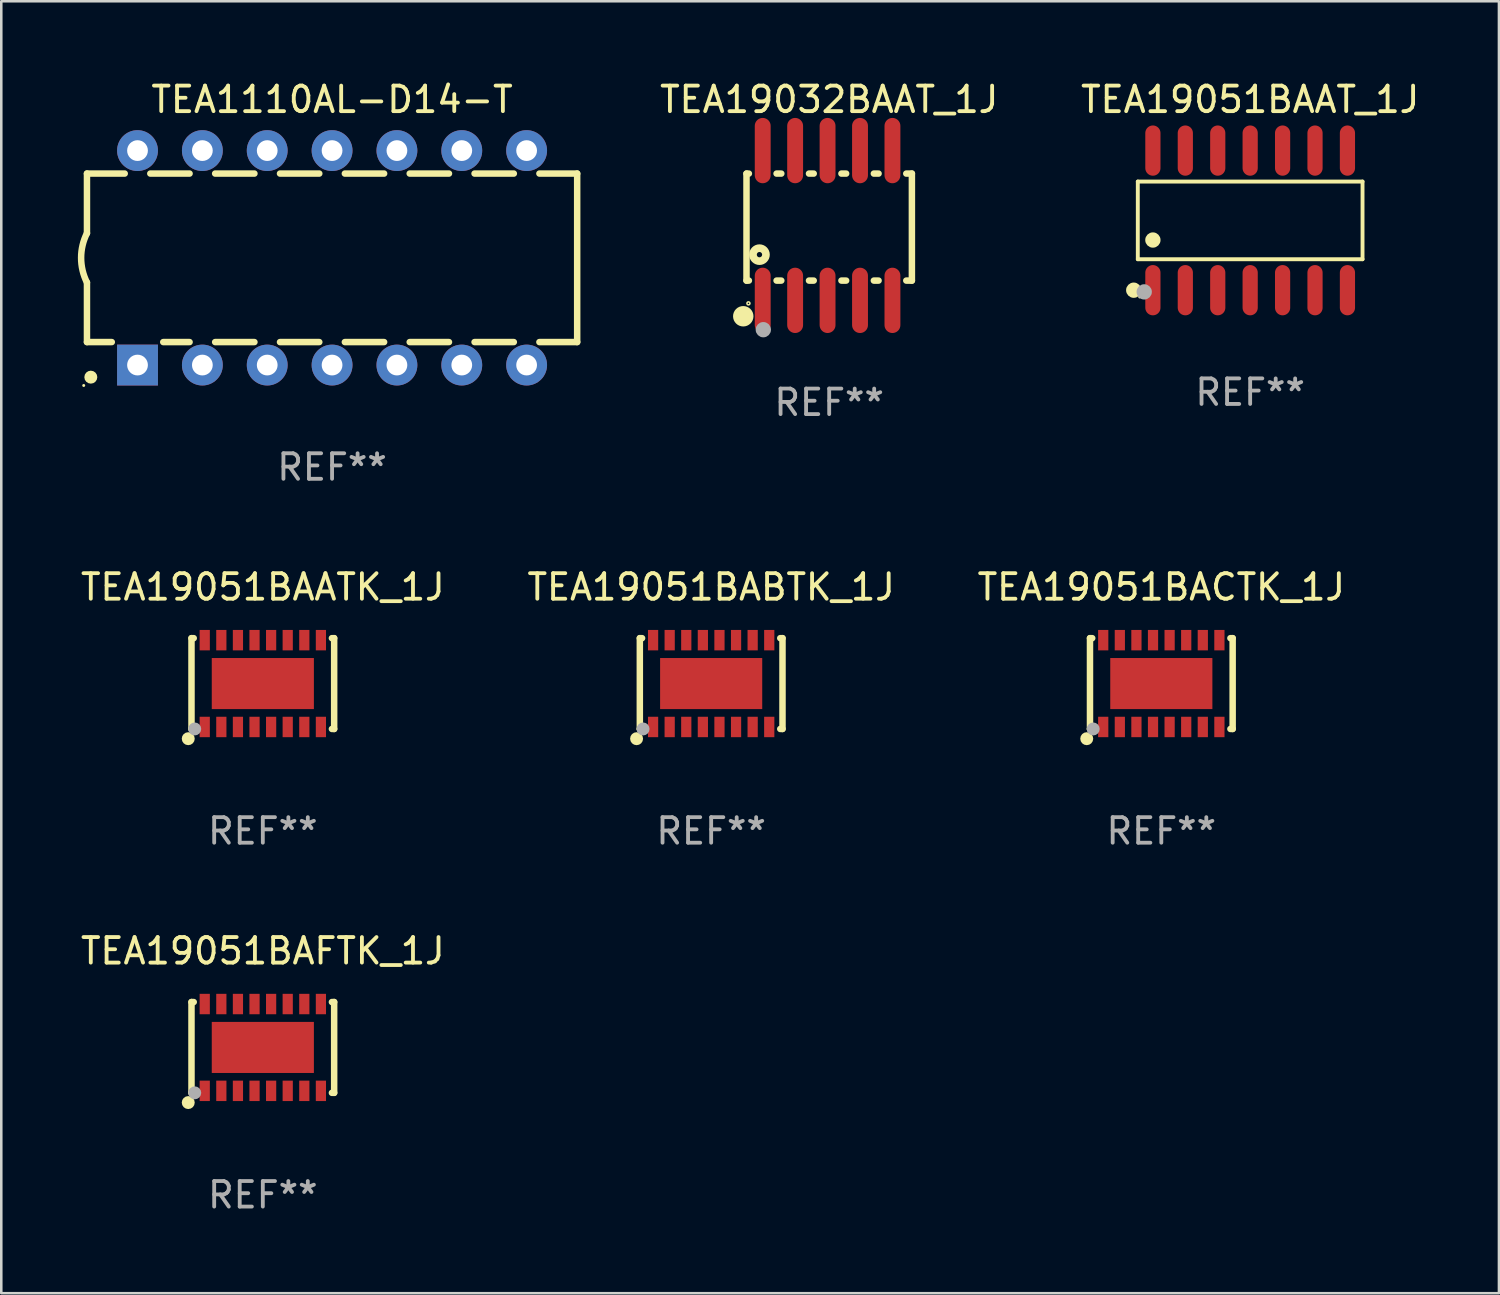
<source format=kicad_pcb>
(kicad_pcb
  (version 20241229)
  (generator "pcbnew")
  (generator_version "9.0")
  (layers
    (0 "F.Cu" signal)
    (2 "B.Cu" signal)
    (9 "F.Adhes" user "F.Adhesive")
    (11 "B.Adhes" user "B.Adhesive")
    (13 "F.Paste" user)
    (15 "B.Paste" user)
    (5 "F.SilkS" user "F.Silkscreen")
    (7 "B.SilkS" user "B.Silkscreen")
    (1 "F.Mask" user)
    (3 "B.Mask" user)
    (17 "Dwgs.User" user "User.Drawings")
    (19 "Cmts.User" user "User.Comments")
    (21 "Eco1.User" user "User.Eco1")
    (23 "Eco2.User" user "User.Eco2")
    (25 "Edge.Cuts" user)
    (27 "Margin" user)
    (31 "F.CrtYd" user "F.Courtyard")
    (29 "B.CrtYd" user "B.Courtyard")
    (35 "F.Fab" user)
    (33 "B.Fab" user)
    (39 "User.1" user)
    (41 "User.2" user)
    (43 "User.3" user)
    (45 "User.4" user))
  (footprint "TEA19051BAATK_1J"
    (layer "F.Cu")
    (at 7.244 23.723)
    (property "Reference" "TEA19051BAATK_1J" (at 0 -3.778 0) (layer "F.SilkS") (effects (font (size 1 1) (thickness 0.15))))
    (attr through_hole)
    (fp_line (start -2.794 -1.778) (end -2.794 1.778) (stroke (width 0.254) (type solid)) (layer "F.SilkS"))
    (fp_line (start -2.794 1.778) (end -2.706 1.778) (stroke (width 0.254) (type solid)) (layer "F.SilkS"))
    (fp_line (start -2.706 -1.778) (end -2.794 -1.778) (stroke (width 0.254) (type solid)) (layer "F.SilkS"))
    (fp_line (start 2.706 1.778) (end 2.794 1.778) (stroke (width 0.254) (type solid)) (layer "F.SilkS"))
    (fp_line (start 2.794 -1.778) (end 2.706 -1.778) (stroke (width 0.254) (type solid)) (layer "F.SilkS"))
    (fp_line (start 2.794 1.778) (end 2.794 -1.778) (stroke (width 0.254) (type solid)) (layer "F.SilkS"))
    (fp_circle (center -2.921 2.159) (end -2.794 2.159) (stroke (width 0.254) (type solid)) (fill no) (layer "F.SilkS"))
    (fp_circle (center -2.75 1.75) (end -2.72 1.75) (stroke (width 0.06) (type solid)) (fill no) (layer "F.SilkS"))
    (fp_circle (center -2.667 1.778) (end -2.54 1.778) (stroke (width 0.254) (type solid)) (fill no) (layer "F.Fab"))
    (fp_text user "REF**" (at 0 5.778 0) (layer "F.Fab") (effects (font (size 1 1) (thickness 0.15))))
    (pad "1" smd rect (at -2.275 1.7) (size 0.4 0.8) (layers "F.Cu" "F.Mask" "F.Paste"))
    (pad "2" smd rect (at -1.625 1.7) (size 0.4 0.8) (layers "F.Cu" "F.Mask" "F.Paste"))
    (pad "3" smd rect (at -0.975 1.7) (size 0.4 0.8) (layers "F.Cu" "F.Mask" "F.Paste"))
    (pad "4" smd rect (at -0.325 1.7) (size 0.4 0.8) (layers "F.Cu" "F.Mask" "F.Paste"))
    (pad "5" smd rect (at 0.325 1.7) (size 0.4 0.8) (layers "F.Cu" "F.Mask" "F.Paste"))
    (pad "6" smd rect (at 0.975 1.7) (size 0.4 0.8) (layers "F.Cu" "F.Mask" "F.Paste"))
    (pad "7" smd rect (at 1.625 1.7) (size 0.4 0.8) (layers "F.Cu" "F.Mask" "F.Paste"))
    (pad "8" smd rect (at 2.275 1.7) (size 0.4 0.8) (layers "F.Cu" "F.Mask" "F.Paste"))
    (pad "9" smd rect (at 2.275 -1.7) (size 0.4 0.8) (layers "F.Cu" "F.Mask" "F.Paste"))
    (pad "10" smd rect (at 1.625 -1.7) (size 0.4 0.8) (layers "F.Cu" "F.Mask" "F.Paste"))
    (pad "11" smd rect (at 0.975 -1.7) (size 0.4 0.8) (layers "F.Cu" "F.Mask" "F.Paste"))
    (pad "12" smd rect (at 0.325 -1.7) (size 0.4 0.8) (layers "F.Cu" "F.Mask" "F.Paste"))
    (pad "13" smd rect (at -0.325 -1.7) (size 0.4 0.8) (layers "F.Cu" "F.Mask" "F.Paste"))
    (pad "14" smd rect (at -0.975 -1.7) (size 0.4 0.8) (layers "F.Cu" "F.Mask" "F.Paste"))
    (pad "15" smd rect (at -1.625 -1.7) (size 0.4 0.8) (layers "F.Cu" "F.Mask" "F.Paste"))
    (pad "16" smd rect (at -2.275 -1.7) (size 0.4 0.8) (layers "F.Cu" "F.Mask" "F.Paste"))
    (pad "17" smd rect (at 0.000076 -0.000025) (size 4 2) (layers "F.Cu" "F.Mask" "F.Paste")))
  (footprint "TEA19051BABTK_1J"
    (layer "F.Cu")
    (at 24.804 23.723)
    (property "Reference" "TEA19051BABTK_1J" (at 0 -3.778 0) (layer "F.SilkS") (effects (font (size 1 1) (thickness 0.15))))
    (attr through_hole)
    (fp_line (start -2.794 -1.778) (end -2.794 1.778) (stroke (width 0.254) (type solid)) (layer "F.SilkS"))
    (fp_line (start -2.794 1.778) (end -2.706 1.778) (stroke (width 0.254) (type solid)) (layer "F.SilkS"))
    (fp_line (start -2.706 -1.778) (end -2.794 -1.778) (stroke (width 0.254) (type solid)) (layer "F.SilkS"))
    (fp_line (start 2.706 1.778) (end 2.794 1.778) (stroke (width 0.254) (type solid)) (layer "F.SilkS"))
    (fp_line (start 2.794 -1.778) (end 2.706 -1.778) (stroke (width 0.254) (type solid)) (layer "F.SilkS"))
    (fp_line (start 2.794 1.778) (end 2.794 -1.778) (stroke (width 0.254) (type solid)) (layer "F.SilkS"))
    (fp_circle (center -2.921 2.159) (end -2.794 2.159) (stroke (width 0.254) (type solid)) (fill no) (layer "F.SilkS"))
    (fp_circle (center -2.75 1.75) (end -2.72 1.75) (stroke (width 0.06) (type solid)) (fill no) (layer "F.SilkS"))
    (fp_circle (center -2.667 1.778) (end -2.54 1.778) (stroke (width 0.254) (type solid)) (fill no) (layer "F.Fab"))
    (fp_text user "REF**" (at 0 5.778 0) (layer "F.Fab") (effects (font (size 1 1) (thickness 0.15))))
    (pad "1" smd rect (at -2.275 1.7) (size 0.4 0.8) (layers "F.Cu" "F.Mask" "F.Paste"))
    (pad "2" smd rect (at -1.625 1.7) (size 0.4 0.8) (layers "F.Cu" "F.Mask" "F.Paste"))
    (pad "3" smd rect (at -0.975 1.7) (size 0.4 0.8) (layers "F.Cu" "F.Mask" "F.Paste"))
    (pad "4" smd rect (at -0.325 1.7) (size 0.4 0.8) (layers "F.Cu" "F.Mask" "F.Paste"))
    (pad "5" smd rect (at 0.325 1.7) (size 0.4 0.8) (layers "F.Cu" "F.Mask" "F.Paste"))
    (pad "6" smd rect (at 0.975 1.7) (size 0.4 0.8) (layers "F.Cu" "F.Mask" "F.Paste"))
    (pad "7" smd rect (at 1.625 1.7) (size 0.4 0.8) (layers "F.Cu" "F.Mask" "F.Paste"))
    (pad "8" smd rect (at 2.275 1.7) (size 0.4 0.8) (layers "F.Cu" "F.Mask" "F.Paste"))
    (pad "9" smd rect (at 2.275 -1.7) (size 0.4 0.8) (layers "F.Cu" "F.Mask" "F.Paste"))
    (pad "10" smd rect (at 1.625 -1.7) (size 0.4 0.8) (layers "F.Cu" "F.Mask" "F.Paste"))
    (pad "11" smd rect (at 0.975 -1.7) (size 0.4 0.8) (layers "F.Cu" "F.Mask" "F.Paste"))
    (pad "12" smd rect (at 0.325 -1.7) (size 0.4 0.8) (layers "F.Cu" "F.Mask" "F.Paste"))
    (pad "13" smd rect (at -0.325 -1.7) (size 0.4 0.8) (layers "F.Cu" "F.Mask" "F.Paste"))
    (pad "14" smd rect (at -0.975 -1.7) (size 0.4 0.8) (layers "F.Cu" "F.Mask" "F.Paste"))
    (pad "15" smd rect (at -1.625 -1.7) (size 0.4 0.8) (layers "F.Cu" "F.Mask" "F.Paste"))
    (pad "16" smd rect (at -2.275 -1.7) (size 0.4 0.8) (layers "F.Cu" "F.Mask" "F.Paste"))
    (pad "17" smd rect (at 0.000076 -0.000025) (size 4 2) (layers "F.Cu" "F.Mask" "F.Paste")))
  (footprint "TEA19051BAFTK_1J"
    (layer "F.Cu")
    (at 7.244 37.975)
    (property "Reference" "TEA19051BAFTK_1J" (at 0 -3.778 0) (layer "F.SilkS") (effects (font (size 1 1) (thickness 0.15))))
    (attr through_hole)
    (fp_line (start -2.794 -1.778) (end -2.794 1.778) (stroke (width 0.254) (type solid)) (layer "F.SilkS"))
    (fp_line (start -2.794 1.778) (end -2.706 1.778) (stroke (width 0.254) (type solid)) (layer "F.SilkS"))
    (fp_line (start -2.706 -1.778) (end -2.794 -1.778) (stroke (width 0.254) (type solid)) (layer "F.SilkS"))
    (fp_line (start 2.706 1.778) (end 2.794 1.778) (stroke (width 0.254) (type solid)) (layer "F.SilkS"))
    (fp_line (start 2.794 -1.778) (end 2.706 -1.778) (stroke (width 0.254) (type solid)) (layer "F.SilkS"))
    (fp_line (start 2.794 1.778) (end 2.794 -1.778) (stroke (width 0.254) (type solid)) (layer "F.SilkS"))
    (fp_circle (center -2.921 2.159) (end -2.794 2.159) (stroke (width 0.254) (type solid)) (fill no) (layer "F.SilkS"))
    (fp_circle (center -2.75 1.75) (end -2.72 1.75) (stroke (width 0.06) (type solid)) (fill no) (layer "F.SilkS"))
    (fp_circle (center -2.667 1.778) (end -2.54 1.778) (stroke (width 0.254) (type solid)) (fill no) (layer "F.Fab"))
    (fp_text user "REF**" (at 0 5.778 0) (layer "F.Fab") (effects (font (size 1 1) (thickness 0.15))))
    (pad "1" smd rect (at -2.275 1.7) (size 0.4 0.8) (layers "F.Cu" "F.Mask" "F.Paste"))
    (pad "2" smd rect (at -1.625 1.7) (size 0.4 0.8) (layers "F.Cu" "F.Mask" "F.Paste"))
    (pad "3" smd rect (at -0.975 1.7) (size 0.4 0.8) (layers "F.Cu" "F.Mask" "F.Paste"))
    (pad "4" smd rect (at -0.325 1.7) (size 0.4 0.8) (layers "F.Cu" "F.Mask" "F.Paste"))
    (pad "5" smd rect (at 0.325 1.7) (size 0.4 0.8) (layers "F.Cu" "F.Mask" "F.Paste"))
    (pad "6" smd rect (at 0.975 1.7) (size 0.4 0.8) (layers "F.Cu" "F.Mask" "F.Paste"))
    (pad "7" smd rect (at 1.625 1.7) (size 0.4 0.8) (layers "F.Cu" "F.Mask" "F.Paste"))
    (pad "8" smd rect (at 2.275 1.7) (size 0.4 0.8) (layers "F.Cu" "F.Mask" "F.Paste"))
    (pad "9" smd rect (at 2.275 -1.7) (size 0.4 0.8) (layers "F.Cu" "F.Mask" "F.Paste"))
    (pad "10" smd rect (at 1.625 -1.7) (size 0.4 0.8) (layers "F.Cu" "F.Mask" "F.Paste"))
    (pad "11" smd rect (at 0.975 -1.7) (size 0.4 0.8) (layers "F.Cu" "F.Mask" "F.Paste"))
    (pad "12" smd rect (at 0.325 -1.7) (size 0.4 0.8) (layers "F.Cu" "F.Mask" "F.Paste"))
    (pad "13" smd rect (at -0.325 -1.7) (size 0.4 0.8) (layers "F.Cu" "F.Mask" "F.Paste"))
    (pad "14" smd rect (at -0.975 -1.7) (size 0.4 0.8) (layers "F.Cu" "F.Mask" "F.Paste"))
    (pad "15" smd rect (at -1.625 -1.7) (size 0.4 0.8) (layers "F.Cu" "F.Mask" "F.Paste"))
    (pad "16" smd rect (at -2.275 -1.7) (size 0.4 0.8) (layers "F.Cu" "F.Mask" "F.Paste"))
    (pad "17" smd rect (at 0.000076 -0.000025) (size 4 2) (layers "F.Cu" "F.Mask" "F.Paste")))
  (footprint "TEA1110AL-D14-T"
    (layer "F.Cu")
    (at 9.956 7.048)
    (property "Reference" "TEA1110AL-D14-T" (at 0 -6.2 0) (layer "F.SilkS") (effects (font (size 1 1) (thickness 0.15))))
    (attr through_hole)
    (fp_line (start -9.6 -3.3) (end -9.6 -0.965) (stroke (width 0.254) (type solid)) (layer "F.SilkS"))
    (fp_line (start -9.6 -3.3) (end -8.121 -3.3) (stroke (width 0.254) (type solid)) (layer "F.SilkS"))
    (fp_line (start -9.6 3.3) (end -9.6 0.965) (stroke (width 0.254) (type solid)) (layer "F.SilkS"))
    (fp_line (start -9.6 3.3) (end -8.628 3.3) (stroke (width 0.254) (type solid)) (layer "F.SilkS"))
    (fp_line (start -7.119 -3.3) (end -5.581 -3.3) (stroke (width 0.254) (type solid)) (layer "F.SilkS"))
    (fp_line (start -6.612 3.3) (end -5.581 3.3) (stroke (width 0.254) (type solid)) (layer "F.SilkS"))
    (fp_line (start -4.579 -3.3) (end -3.041 -3.3) (stroke (width 0.254) (type solid)) (layer "F.SilkS"))
    (fp_line (start -4.579 3.3) (end -3.041 3.3) (stroke (width 0.254) (type solid)) (layer "F.SilkS"))
    (fp_line (start -2.039 -3.3) (end -0.501 -3.3) (stroke (width 0.254) (type solid)) (layer "F.SilkS"))
    (fp_line (start -2.039 3.3) (end -0.501 3.3) (stroke (width 0.254) (type solid)) (layer "F.SilkS"))
    (fp_line (start 0.501 -3.3) (end 2.039 -3.3) (stroke (width 0.254) (type solid)) (layer "F.SilkS"))
    (fp_line (start 0.501 3.3) (end 2.039 3.3) (stroke (width 0.254) (type solid)) (layer "F.SilkS"))
    (fp_line (start 3.041 -3.3) (end 4.579 -3.3) (stroke (width 0.254) (type solid)) (layer "F.SilkS"))
    (fp_line (start 3.041 3.3) (end 4.579 3.3) (stroke (width 0.254) (type solid)) (layer "F.SilkS"))
    (fp_line (start 5.581 -3.3) (end 7.119 -3.3) (stroke (width 0.254) (type solid)) (layer "F.SilkS"))
    (fp_line (start 5.581 3.3) (end 7.119 3.3) (stroke (width 0.254) (type solid)) (layer "F.SilkS"))
    (fp_line (start 8.121 -3.3) (end 9.6 -3.3) (stroke (width 0.254) (type solid)) (layer "F.SilkS"))
    (fp_line (start 8.121 3.3) (end 9.6 3.3) (stroke (width 0.254) (type solid)) (layer "F.SilkS"))
    (fp_line (start 9.6 -3.3) (end 9.6 3.3) (stroke (width 0.254) (type solid)) (layer "F.SilkS"))
    (fp_arc (start -9.601219 0.965202) (mid -9.828641 -0.00004) (end -9.600025 -0.964999) (stroke (width 0.254001) (type solid)) (layer "F.SilkS"))
    (fp_circle (center -9.727 5) (end -9.697 5) (stroke (width 0.06) (type solid)) (fill no) (layer "F.SilkS"))
    (fp_circle (center -9.449 4.674) (end -9.322 4.674) (stroke (width 0.254) (type solid)) (fill no) (layer "F.SilkS"))
    (fp_text user "REF**" (at 0 8.2 0) (layer "F.Fab") (effects (font (size 1 1) (thickness 0.15))))
    (pad "1" thru_hole rect (at -7.62 4.2) (size 1.6 1.6) (drill 0.813) (layers "*.Cu" "*.Mask"))
    (pad "2" thru_hole circle (at -5.08 4.2) (size 1.6 1.6) (drill 0.813) (layers "*.Cu" "*.Mask"))
    (pad "3" thru_hole circle (at -2.54 4.2) (size 1.6 1.6) (drill 0.813) (layers "*.Cu" "*.Mask"))
    (pad "4" thru_hole circle (at 0 4.2) (size 1.6 1.6) (drill 0.813) (layers "*.Cu" "*.Mask"))
    (pad "5" thru_hole circle (at 2.54 4.2) (size 1.6 1.6) (drill 0.813) (layers "*.Cu" "*.Mask"))
    (pad "6" thru_hole circle (at 5.08 4.2) (size 1.6 1.6) (drill 0.813) (layers "*.Cu" "*.Mask"))
    (pad "7" thru_hole circle (at 7.62 4.2) (size 1.6 1.6) (drill 0.813) (layers "*.Cu" "*.Mask"))
    (pad "8" thru_hole circle (at 7.62 -4.2) (size 1.6 1.6) (drill 0.813) (layers "*.Cu" "*.Mask"))
    (pad "9" thru_hole circle (at 5.08 -4.2) (size 1.6 1.6) (drill 0.813) (layers "*.Cu" "*.Mask"))
    (pad "10" thru_hole circle (at 2.54 -4.2) (size 1.6 1.6) (drill 0.813) (layers "*.Cu" "*.Mask"))
    (pad "11" thru_hole circle (at 0 -4.2) (size 1.6 1.6) (drill 0.813) (layers "*.Cu" "*.Mask"))
    (pad "12" thru_hole circle (at -2.54 -4.2) (size 1.6 1.6) (drill 0.813) (layers "*.Cu" "*.Mask"))
    (pad "13" thru_hole circle (at -5.08 -4.2) (size 1.6 1.6) (drill 0.813) (layers "*.Cu" "*.Mask"))
    (pad "14" thru_hole circle (at -7.62 -4.2) (size 1.6 1.6) (drill 0.813) (layers "*.Cu" "*.Mask")))
  (footprint "TEA19051BAAT_1J"
    (layer "F.Cu")
    (at 45.915 5.582)
    (property "Reference" "TEA19051BAAT_1J" (at 0 -4.734 0) (layer "F.SilkS") (effects (font (size 1 1) (thickness 0.15))))
    (attr through_hole)
    (fp_line (start -4.401 -1.521) (end 4.401 -1.521) (stroke (width 0.152) (type solid)) (layer "F.SilkS"))
    (fp_line (start -4.401 1.521) (end -4.401 -1.521) (stroke (width 0.152) (type solid)) (layer "F.SilkS"))
    (fp_line (start 4.401 -1.521) (end 4.401 1.521) (stroke (width 0.152) (type solid)) (layer "F.SilkS"))
    (fp_line (start 4.401 1.521) (end -4.401 1.521) (stroke (width 0.152) (type solid)) (layer "F.SilkS"))
    (fp_circle (center -4.56 2.734) (end -4.41 2.734) (stroke (width 0.3) (type solid)) (fill no) (layer "F.SilkS"))
    (fp_circle (center -4.325 3) (end -4.295 3) (stroke (width 0.06) (type solid)) (fill no) (layer "F.SilkS"))
    (fp_circle (center -3.81 0.769) (end -3.66 0.769) (stroke (width 0.3) (type solid)) (fill no) (layer "F.SilkS"))
    (fp_circle (center -4.15 2.8) (end -4 2.8) (stroke (width 0.3) (type solid)) (fill no) (layer "F.Fab"))
    (fp_text user "REF**" (at 0 6.734 0) (layer "F.Fab") (effects (font (size 1 1) (thickness 0.15))))
    (pad "1" smd oval (at -3.81 2.734) (size 0.595 1.968) (layers "F.Cu" "F.Mask" "F.Paste"))
    (pad "2" smd oval (at -2.54 2.734) (size 0.595 1.968) (layers "F.Cu" "F.Mask" "F.Paste"))
    (pad "3" smd oval (at -1.27 2.734) (size 0.595 1.968) (layers "F.Cu" "F.Mask" "F.Paste"))
    (pad "4" smd oval (at 0 2.734) (size 0.595 1.968) (layers "F.Cu" "F.Mask" "F.Paste"))
    (pad "5" smd oval (at 1.27 2.734) (size 0.595 1.968) (layers "F.Cu" "F.Mask" "F.Paste"))
    (pad "6" smd oval (at 2.54 2.734) (size 0.595 1.968) (layers "F.Cu" "F.Mask" "F.Paste"))
    (pad "7" smd oval (at 3.81 2.734) (size 0.595 1.968) (layers "F.Cu" "F.Mask" "F.Paste"))
    (pad "8" smd oval (at 3.81 -2.734) (size 0.595 1.968) (layers "F.Cu" "F.Mask" "F.Paste"))
    (pad "9" smd oval (at 2.54 -2.734) (size 0.595 1.968) (layers "F.Cu" "F.Mask" "F.Paste"))
    (pad "10" smd oval (at 1.27 -2.734) (size 0.595 1.968) (layers "F.Cu" "F.Mask" "F.Paste"))
    (pad "11" smd oval (at 0 -2.734) (size 0.595 1.968) (layers "F.Cu" "F.Mask" "F.Paste"))
    (pad "12" smd oval (at -1.27 -2.734) (size 0.595 1.968) (layers "F.Cu" "F.Mask" "F.Paste"))
    (pad "13" smd oval (at -2.54 -2.734) (size 0.595 1.968) (layers "F.Cu" "F.Mask" "F.Paste"))
    (pad "14" smd oval (at -3.81 -2.734) (size 0.595 1.968) (layers "F.Cu" "F.Mask" "F.Paste")))
  (footprint "TEA19051BACTK_1J"
    (layer "F.Cu")
    (at 42.435 23.723)
    (property "Reference" "TEA19051BACTK_1J" (at 0 -3.778 0) (layer "F.SilkS") (effects (font (size 1 1) (thickness 0.15))))
    (attr through_hole)
    (fp_line (start -2.794 -1.778) (end -2.794 1.778) (stroke (width 0.254) (type solid)) (layer "F.SilkS"))
    (fp_line (start -2.794 1.778) (end -2.706 1.778) (stroke (width 0.254) (type solid)) (layer "F.SilkS"))
    (fp_line (start -2.706 -1.778) (end -2.794 -1.778) (stroke (width 0.254) (type solid)) (layer "F.SilkS"))
    (fp_line (start 2.706 1.778) (end 2.794 1.778) (stroke (width 0.254) (type solid)) (layer "F.SilkS"))
    (fp_line (start 2.794 -1.778) (end 2.706 -1.778) (stroke (width 0.254) (type solid)) (layer "F.SilkS"))
    (fp_line (start 2.794 1.778) (end 2.794 -1.778) (stroke (width 0.254) (type solid)) (layer "F.SilkS"))
    (fp_circle (center -2.921 2.159) (end -2.794 2.159) (stroke (width 0.254) (type solid)) (fill no) (layer "F.SilkS"))
    (fp_circle (center -2.75 1.75) (end -2.72 1.75) (stroke (width 0.06) (type solid)) (fill no) (layer "F.SilkS"))
    (fp_circle (center -2.667 1.778) (end -2.54 1.778) (stroke (width 0.254) (type solid)) (fill no) (layer "F.Fab"))
    (fp_text user "REF**" (at 0 5.778 0) (layer "F.Fab") (effects (font (size 1 1) (thickness 0.15))))
    (pad "1" smd rect (at -2.275 1.7) (size 0.4 0.8) (layers "F.Cu" "F.Mask" "F.Paste"))
    (pad "2" smd rect (at -1.625 1.7) (size 0.4 0.8) (layers "F.Cu" "F.Mask" "F.Paste"))
    (pad "3" smd rect (at -0.975 1.7) (size 0.4 0.8) (layers "F.Cu" "F.Mask" "F.Paste"))
    (pad "4" smd rect (at -0.325 1.7) (size 0.4 0.8) (layers "F.Cu" "F.Mask" "F.Paste"))
    (pad "5" smd rect (at 0.325 1.7) (size 0.4 0.8) (layers "F.Cu" "F.Mask" "F.Paste"))
    (pad "6" smd rect (at 0.975 1.7) (size 0.4 0.8) (layers "F.Cu" "F.Mask" "F.Paste"))
    (pad "7" smd rect (at 1.625 1.7) (size 0.4 0.8) (layers "F.Cu" "F.Mask" "F.Paste"))
    (pad "8" smd rect (at 2.275 1.7) (size 0.4 0.8) (layers "F.Cu" "F.Mask" "F.Paste"))
    (pad "9" smd rect (at 2.275 -1.7) (size 0.4 0.8) (layers "F.Cu" "F.Mask" "F.Paste"))
    (pad "10" smd rect (at 1.625 -1.7) (size 0.4 0.8) (layers "F.Cu" "F.Mask" "F.Paste"))
    (pad "11" smd rect (at 0.975 -1.7) (size 0.4 0.8) (layers "F.Cu" "F.Mask" "F.Paste"))
    (pad "12" smd rect (at 0.325 -1.7) (size 0.4 0.8) (layers "F.Cu" "F.Mask" "F.Paste"))
    (pad "13" smd rect (at -0.325 -1.7) (size 0.4 0.8) (layers "F.Cu" "F.Mask" "F.Paste"))
    (pad "14" smd rect (at -0.975 -1.7) (size 0.4 0.8) (layers "F.Cu" "F.Mask" "F.Paste"))
    (pad "15" smd rect (at -1.625 -1.7) (size 0.4 0.8) (layers "F.Cu" "F.Mask" "F.Paste"))
    (pad "16" smd rect (at -2.275 -1.7) (size 0.4 0.8) (layers "F.Cu" "F.Mask" "F.Paste"))
    (pad "17" smd rect (at 0.000076 -0.000025) (size 4 2) (layers "F.Cu" "F.Mask" "F.Paste")))
  (footprint "TEA19032BAAT_1J"
    (layer "F.Cu")
    (at 29.427 5.781)
    (property "Reference" "TEA19032BAAT_1J" (at 0 -4.933 0) (layer "F.SilkS") (effects (font (size 1 1) (thickness 0.15))))
    (attr through_hole)
    (fp_line (start -3.239 -2.032) (end -3.239 2.159) (stroke (width 0.254) (type solid)) (layer "F.SilkS"))
    (fp_line (start -3.239 2.159) (end -3.146 2.159) (stroke (width 0.254) (type solid)) (layer "F.SilkS"))
    (fp_line (start -3.146 -2.032) (end -3.239 -2.032) (stroke (width 0.254) (type solid)) (layer "F.SilkS"))
    (fp_line (start -2.061 2.159) (end -1.876 2.159) (stroke (width 0.254) (type solid)) (layer "F.SilkS"))
    (fp_line (start -1.876 -2.032) (end -2.061 -2.032) (stroke (width 0.254) (type solid)) (layer "F.SilkS"))
    (fp_line (start -0.791 2.159) (end -0.606 2.159) (stroke (width 0.254) (type solid)) (layer "F.SilkS"))
    (fp_line (start -0.606 -2.032) (end -0.791 -2.032) (stroke (width 0.254) (type solid)) (layer "F.SilkS"))
    (fp_line (start 0.479 2.159) (end 0.664 2.159) (stroke (width 0.254) (type solid)) (layer "F.SilkS"))
    (fp_line (start 0.664 -2.032) (end 0.479 -2.032) (stroke (width 0.254) (type solid)) (layer "F.SilkS"))
    (fp_line (start 1.749 2.159) (end 1.934 2.159) (stroke (width 0.254) (type solid)) (layer "F.SilkS"))
    (fp_line (start 1.934 -2.032) (end 1.749 -2.032) (stroke (width 0.254) (type solid)) (layer "F.SilkS"))
    (fp_line (start 3.019 2.159) (end 3.239 2.159) (stroke (width 0.254) (type solid)) (layer "F.SilkS"))
    (fp_line (start 3.239 -2.032) (end 3.019 -2.032) (stroke (width 0.254) (type solid)) (layer "F.SilkS"))
    (fp_line (start 3.239 2.159) (end 3.239 -2.032) (stroke (width 0.254) (type solid)) (layer "F.SilkS"))
    (fp_circle (center -3.366 3.556) (end -3.166 3.556) (stroke (width 0.4) (type solid)) (fill no) (layer "F.SilkS"))
    (fp_circle (center -3.163 3.051) (end -3.134 3.051) (stroke (width 0.06) (type solid)) (fill no) (layer "F.SilkS"))
    (fp_circle (center -2.731 1.143) (end -2.477 1.143) (stroke (width 0.3) (type solid)) (fill no) (layer "F.SilkS"))
    (fp_circle (center -2.58 4.082) (end -2.43 4.082) (stroke (width 0.3) (type solid)) (fill no) (layer "F.Fab"))
    (fp_text user "REF**" (at 0 6.933 0) (layer "F.Fab") (effects (font (size 1 1) (thickness 0.15))))
    (pad "1" smd oval (at -2.604 2.933) (size 0.622 2.558) (layers "F.Cu" "F.Mask" "F.Paste"))
    (pad "2" smd oval (at -1.334 2.933) (size 0.622 2.558) (layers "F.Cu" "F.Mask" "F.Paste"))
    (pad "3" smd oval (at -0.064 2.933) (size 0.622 2.558) (layers "F.Cu" "F.Mask" "F.Paste"))
    (pad "4" smd oval (at 1.207 2.933) (size 0.622 2.558) (layers "F.Cu" "F.Mask" "F.Paste"))
    (pad "5" smd oval (at 2.477 2.933) (size 0.622 2.558) (layers "F.Cu" "F.Mask" "F.Paste"))
    (pad "6" smd oval (at 2.477 -2.933) (size 0.622 2.558) (layers "F.Cu" "F.Mask" "F.Paste"))
    (pad "7" smd oval (at 1.207 -2.933) (size 0.622 2.558) (layers "F.Cu" "F.Mask" "F.Paste"))
    (pad "8" smd oval (at -0.064 -2.933) (size 0.622 2.558) (layers "F.Cu" "F.Mask" "F.Paste"))
    (pad "9" smd oval (at -1.334 -2.933) (size 0.622 2.558) (layers "F.Cu" "F.Mask" "F.Paste"))
    (pad "10" smd oval (at -2.604 -2.933) (size 0.622 2.558) (layers "F.Cu" "F.Mask" "F.Paste")))
  (gr_rect
    (start -3 -3)
    (end 55.659 47.601)
    (stroke (width 0.1) (type default))
    (fill no)
    (layer "Edge.Cuts")))
</source>
